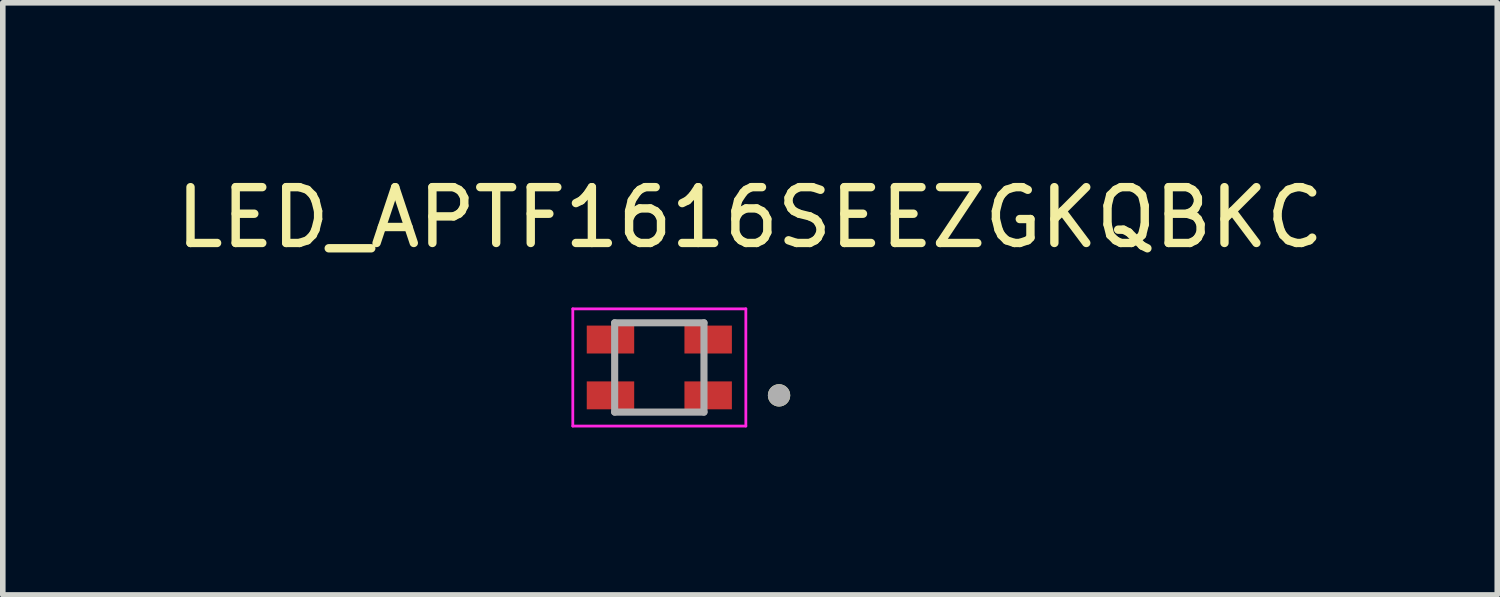
<source format=kicad_pcb>
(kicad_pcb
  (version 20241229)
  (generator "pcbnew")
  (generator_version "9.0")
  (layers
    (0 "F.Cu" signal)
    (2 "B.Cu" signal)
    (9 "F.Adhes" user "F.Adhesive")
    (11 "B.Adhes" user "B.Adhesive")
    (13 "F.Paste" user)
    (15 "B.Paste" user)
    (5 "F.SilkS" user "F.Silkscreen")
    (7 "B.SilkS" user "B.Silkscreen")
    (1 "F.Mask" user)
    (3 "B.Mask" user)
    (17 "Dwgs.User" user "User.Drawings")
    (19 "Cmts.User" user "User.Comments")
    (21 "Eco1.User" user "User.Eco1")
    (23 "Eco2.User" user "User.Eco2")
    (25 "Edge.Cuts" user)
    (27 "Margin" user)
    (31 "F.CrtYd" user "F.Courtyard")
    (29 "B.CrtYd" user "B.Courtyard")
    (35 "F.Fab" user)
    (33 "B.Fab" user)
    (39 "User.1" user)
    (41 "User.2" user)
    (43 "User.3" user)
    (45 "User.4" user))
  (footprint "LED_APTF1616SEEZGKQBKC"
    (layer "F.Cu")
    (at 8.762 3.533)
    (property "Reference" "LED_APTF1616SEEZGKQBKC" (at 1.625 -2.685 0) (layer "F.SilkS") (effects (font (size 1 1) (thickness 0.15))))
    (attr smd)
    (fp_circle (center 2.145 0.5) (end 2.245 0.5) (stroke (width 0.2) (type solid)) (fill no) (layer "F.SilkS"))
    (fp_line (start -1.55 -1.05) (end -1.55 1.05) (stroke (width 0.05) (type solid)) (layer "F.CrtYd"))
    (fp_line (start -1.55 1.05) (end 1.55 1.05) (stroke (width 0.05) (type solid)) (layer "F.CrtYd"))
    (fp_line (start 1.55 -1.05) (end -1.55 -1.05) (stroke (width 0.05) (type solid)) (layer "F.CrtYd"))
    (fp_line (start 1.55 1.05) (end 1.55 -1.05) (stroke (width 0.05) (type solid)) (layer "F.CrtYd"))
    (fp_line (start -0.8 -0.8) (end 0.8 -0.8) (stroke (width 0.127) (type solid)) (layer "F.Fab"))
    (fp_line (start -0.8 0.8) (end -0.8 -0.8) (stroke (width 0.127) (type solid)) (layer "F.Fab"))
    (fp_line (start 0.8 -0.8) (end 0.8 0.8) (stroke (width 0.127) (type solid)) (layer "F.Fab"))
    (fp_line (start 0.8 0.8) (end -0.8 0.8) (stroke (width 0.127) (type solid)) (layer "F.Fab"))
    (fp_circle (center 2.145 0.5) (end 2.245 0.5) (stroke (width 0.2) (type solid)) (fill no) (layer "F.Fab"))
    (pad "1" smd rect (at 0.875 0.5) (size 0.85 0.5) (layers "F.Cu" "F.Mask" "F.Paste"))
    (pad "2" smd rect (at -0.875 0.5) (size 0.85 0.5) (layers "F.Cu" "F.Mask" "F.Paste"))
    (pad "3" smd rect (at -0.875 -0.5) (size 0.85 0.5) (layers "F.Cu" "F.Mask" "F.Paste"))
    (pad "4" smd rect (at 0.875 -0.5) (size 0.85 0.5) (layers "F.Cu" "F.Mask" "F.Paste")))
  (gr_rect
    (start -3 -3)
    (end 23.774 7.608)
    (stroke (width 0.1) (type default))
    (fill no)
    (layer "Edge.Cuts")))
</source>
